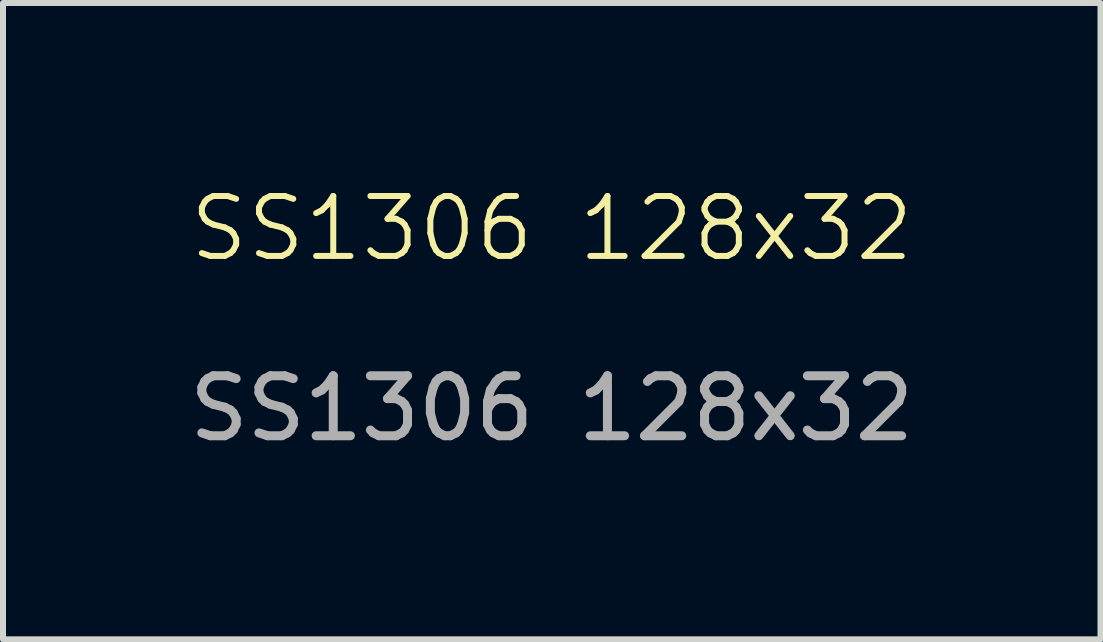
<source format=kicad_pcb>
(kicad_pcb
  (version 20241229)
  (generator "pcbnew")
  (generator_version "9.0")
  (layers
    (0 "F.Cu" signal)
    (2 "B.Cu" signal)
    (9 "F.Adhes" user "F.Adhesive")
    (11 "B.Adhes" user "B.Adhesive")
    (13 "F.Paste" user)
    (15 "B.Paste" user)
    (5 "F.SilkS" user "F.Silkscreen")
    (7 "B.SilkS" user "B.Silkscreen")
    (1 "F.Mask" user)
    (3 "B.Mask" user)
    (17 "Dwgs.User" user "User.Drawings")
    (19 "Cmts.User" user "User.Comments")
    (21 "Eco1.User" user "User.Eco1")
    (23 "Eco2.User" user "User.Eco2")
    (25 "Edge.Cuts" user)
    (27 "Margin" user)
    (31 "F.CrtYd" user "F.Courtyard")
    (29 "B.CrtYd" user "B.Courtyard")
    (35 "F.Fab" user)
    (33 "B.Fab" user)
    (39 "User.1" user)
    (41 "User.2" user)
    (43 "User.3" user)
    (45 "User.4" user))
  (footprint "SS1306 128x32"
    (layer "F.Cu")
    (at 6.149 1.26)
    (property "Reference" "SS1306 128x32" (at 0 -0.5 0) (unlocked yes) (layer "F.SilkS") (effects (font (size 1 1) (thickness 0.1))))
    (attr through_hole)
    (fp_text user "${REFERENCE}" (at 0 2.5 0) (unlocked yes) (layer "F.Fab") (effects (font (size 1 1) (thickness 0.15)))))
  (gr_rect
    (start -3 -3)
    (end 15.298 7.609)
    (stroke (width 0.1) (type default))
    (fill no)
    (layer "Edge.Cuts")))
</source>
